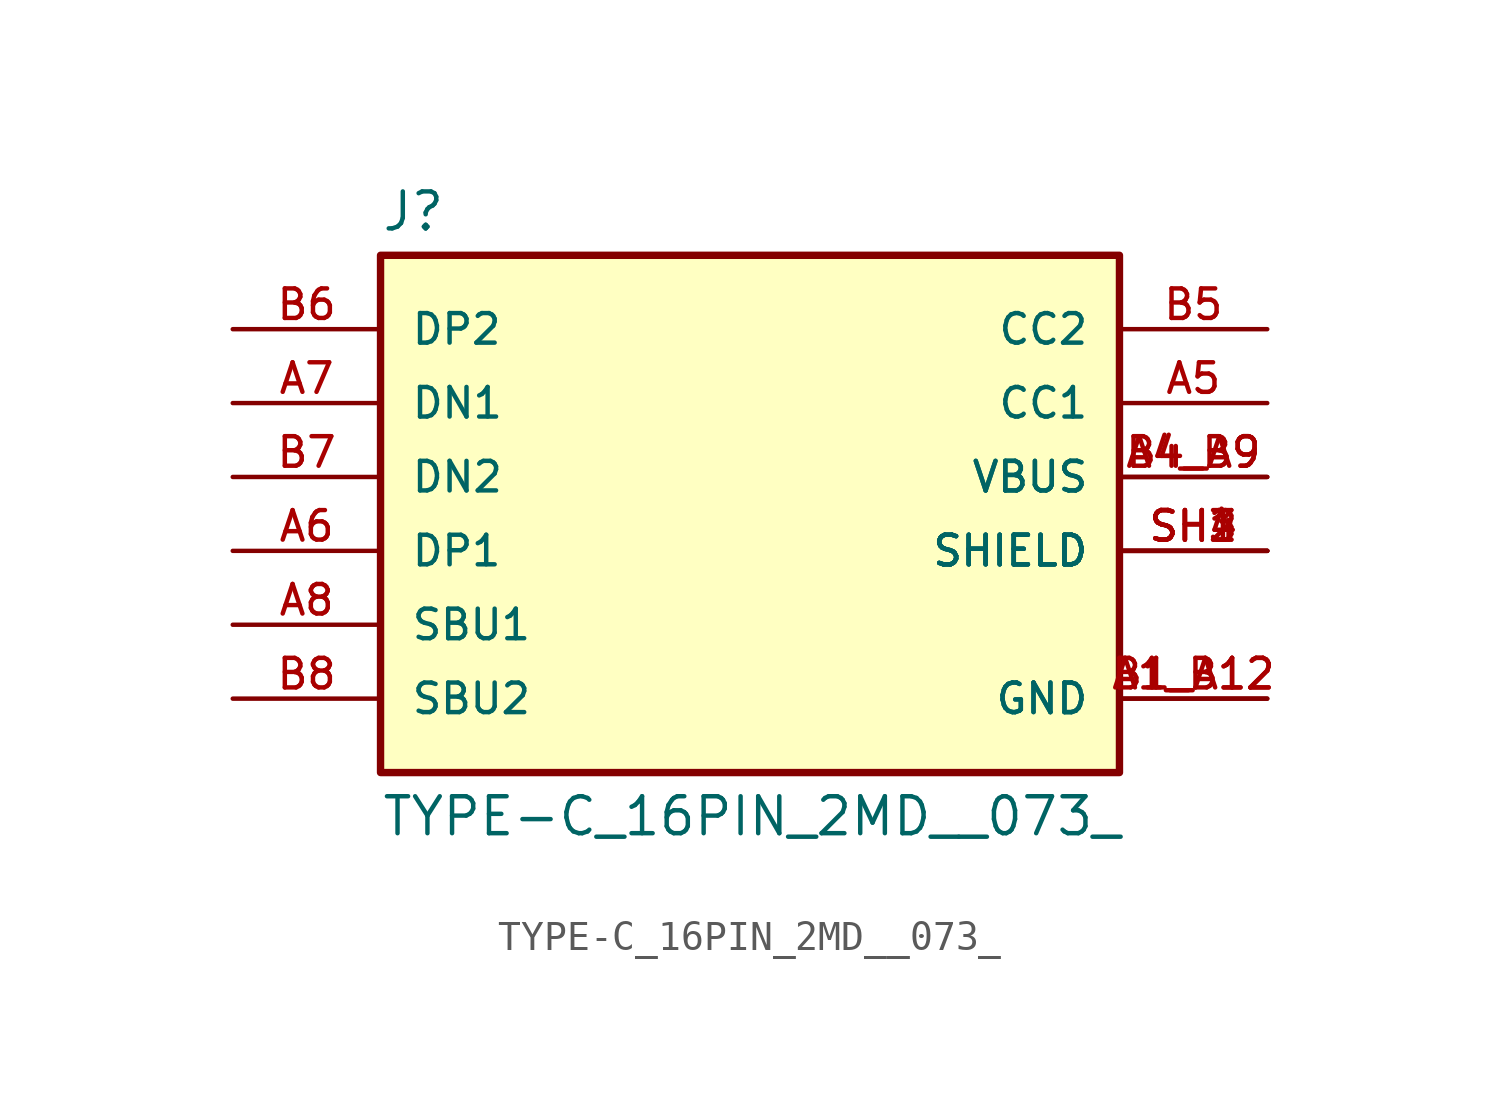
<source format=kicad_sym>
(kicad_symbol_lib
  (version 20231120)
  (generator "kicad_symbol_editor")
  (generator_version "8.0")
  (symbol "TYPE-C_16PIN_2MD__073_"
    (pin_names
      (offset 1.016))
    (property "Reference" "J"
      (at -12.7 10.922 0)
      (effects (font (size 1.27 1.27)) (justify left bottom)))
    (property "Value" "TYPE-C_16PIN_2MD__073_"
      (at -12.7 -8.382 0)
      (effects (font (size 1.27 1.27)) (justify left top)))
    (symbol "TYPE-C_16PIN_2MD__073__0_0"
      (rectangle (start -12.7 -7.62) (end 12.7 10.16) (stroke (width 0.254) (type default)) (fill (type background)))
      (pin power_in line (at 17.78 -5.08 180) (length 5.08) (name "GND" (effects (font (size 1.016 1.016)))) (number "A1_B12" (effects (font (size 1.016 1.016)))))
      (pin power_in line (at 17.78 2.54 180) (length 5.08) (name "VBUS" (effects (font (size 1.016 1.016)))) (number "A4_B9" (effects (font (size 1.016 1.016)))))
      (pin bidirectional line (at 17.78 5.08 180) (length 5.08) (name "CC1" (effects (font (size 1.016 1.016)))) (number "A5" (effects (font (size 1.016 1.016)))))
      (pin power_in line (at 17.78 -5.08 180) (length 5.08) (name "GND" (effects (font (size 1.016 1.016)))) (number "B1_A12" (effects (font (size 1.016 1.016)))))
      (pin power_in line (at 17.78 2.54 180) (length 5.08) (name "VBUS" (effects (font (size 1.016 1.016)))) (number "B4_A9" (effects (font (size 1.016 1.016)))))
      (pin passive line (at 17.78 0 180) (length 5.08) (name "SHIELD" (effects (font (size 1.016 1.016)))) (number "SH1" (effects (font (size 1.016 1.016)))))
      (pin passive line (at 17.78 0 180) (length 5.08) (name "SHIELD" (effects (font (size 1.016 1.016)))) (number "SH2" (effects (font (size 1.016 1.016)))))
      (pin passive line (at 17.78 0 180) (length 5.08) (name "SHIELD" (effects (font (size 1.016 1.016)))) (number "SH3" (effects (font (size 1.016 1.016)))))
      (pin passive line (at 17.78 0 180) (length 5.08) (name "SHIELD" (effects (font (size 1.016 1.016)))) (number "SH4" (effects (font (size 1.016 1.016))))))
    (symbol "TYPE-C_16PIN_2MD__073__1_0"
      (pin bidirectional line (at -17.78 0 0) (length 5.08) (name "DP1" (effects (font (size 1.016 1.016)))) (number "A6" (effects (font (size 1.016 1.016)))))
      (pin bidirectional line (at -17.78 5.08 0) (length 5.08) (name "DN1" (effects (font (size 1.016 1.016)))) (number "A7" (effects (font (size 1.016 1.016)))))
      (pin bidirectional line (at -17.78 -2.54 0) (length 5.08) (name "SBU1" (effects (font (size 1.016 1.016)))) (number "A8" (effects (font (size 1.016 1.016)))))
      (pin bidirectional line (at 17.78 7.62 180) (length 5.08) (name "CC2" (effects (font (size 1.016 1.016)))) (number "B5" (effects (font (size 1.016 1.016)))))
      (pin bidirectional line (at -17.78 7.62 0) (length 5.08) (name "DP2" (effects (font (size 1.016 1.016)))) (number "B6" (effects (font (size 1.016 1.016)))))
      (pin bidirectional line (at -17.78 2.54 0) (length 5.08) (name "DN2" (effects (font (size 1.016 1.016)))) (number "B7" (effects (font (size 1.016 1.016)))))
      (pin bidirectional line (at -17.78 -5.08 0) (length 5.08) (name "SBU2" (effects (font (size 1.016 1.016)))) (number "B8" (effects (font (size 1.016 1.016))))))))
</source>
